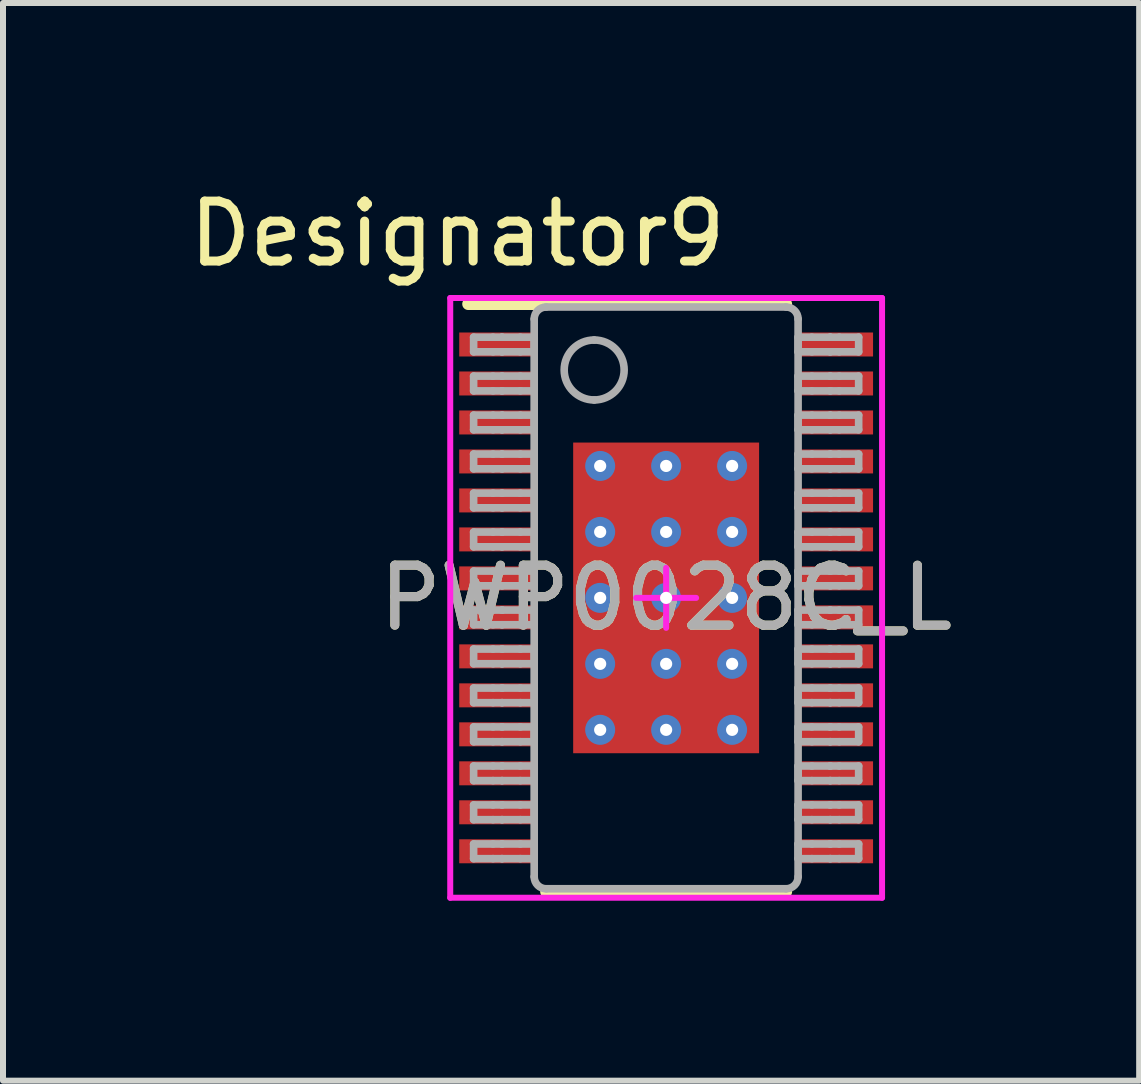
<source format=kicad_pcb>
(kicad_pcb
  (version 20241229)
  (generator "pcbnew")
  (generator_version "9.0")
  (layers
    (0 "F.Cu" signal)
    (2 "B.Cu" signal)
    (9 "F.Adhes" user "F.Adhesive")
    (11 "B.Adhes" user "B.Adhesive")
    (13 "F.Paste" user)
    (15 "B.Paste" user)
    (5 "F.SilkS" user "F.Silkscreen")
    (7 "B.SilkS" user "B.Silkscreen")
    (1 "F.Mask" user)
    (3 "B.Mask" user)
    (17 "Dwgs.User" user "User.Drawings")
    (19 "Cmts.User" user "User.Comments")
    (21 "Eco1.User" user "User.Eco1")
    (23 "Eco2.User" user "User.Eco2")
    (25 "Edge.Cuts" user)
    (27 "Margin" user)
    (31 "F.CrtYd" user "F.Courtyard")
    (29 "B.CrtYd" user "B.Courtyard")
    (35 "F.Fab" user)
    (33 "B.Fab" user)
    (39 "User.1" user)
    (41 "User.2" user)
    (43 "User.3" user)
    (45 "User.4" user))
  (footprint "PWP0028C_L"
    (layer "F.Cu")
    (at 8.057 6.919)
    (property "Reference" "PWP0028C_L" (at 0 0 0) (unlocked yes) (layer "F.SilkS") (effects (font (size 1 1) (thickness 0.15))))
    (attr smd)
    (fp_line (start -3.3 -4.9) (end 2 -4.9) (stroke (width 0.2) (type solid)) (layer "F.SilkS"))
    (fp_line (start -2 4.9) (end 2 4.9) (stroke (width 0.2) (type solid)) (layer "F.SilkS"))
    (fp_line (start -3.6 -5) (end 3.6 -5) (stroke (width 0.1) (type solid)) (layer "F.CrtYd"))
    (fp_line (start -3.6 5) (end -3.6 -5) (stroke (width 0.1) (type solid)) (layer "F.CrtYd"))
    (fp_line (start -3.6 5) (end 3.6 5) (stroke (width 0.1) (type solid)) (layer "F.CrtYd"))
    (fp_line (start -0.5 0) (end 0.5 0) (stroke (width 0.1) (type solid)) (layer "F.CrtYd"))
    (fp_line (start 0 0.5) (end 0 -0.5) (stroke (width 0.1) (type solid)) (layer "F.CrtYd"))
    (fp_line (start 3.6 5) (end 3.6 -5) (stroke (width 0.1) (type solid)) (layer "F.CrtYd"))
    (fp_line (start -3.21 -4.347) (end -2.887 -4.347) (stroke (width 0.127) (type solid)) (layer "F.Fab"))
    (fp_line (start -3.21 -4.103) (end -3.21 -4.347) (stroke (width 0.127) (type solid)) (layer "F.Fab"))
    (fp_line (start -3.21 -4.103) (end -2.887 -4.103) (stroke (width 0.127) (type solid)) (layer "F.Fab"))
    (fp_line (start -3.21 -3.698) (end -2.887 -3.698) (stroke (width 0.127) (type solid)) (layer "F.Fab"))
    (fp_line (start -3.21 -3.452) (end -3.21 -3.698) (stroke (width 0.127) (type solid)) (layer "F.Fab"))
    (fp_line (start -3.21 -3.452) (end -2.887 -3.452) (stroke (width 0.127) (type solid)) (layer "F.Fab"))
    (fp_line (start -3.21 -3.047) (end -2.887 -3.047) (stroke (width 0.127) (type solid)) (layer "F.Fab"))
    (fp_line (start -3.21 -2.803) (end -3.21 -3.047) (stroke (width 0.127) (type solid)) (layer "F.Fab"))
    (fp_line (start -3.21 -2.803) (end -2.887 -2.803) (stroke (width 0.127) (type solid)) (layer "F.Fab"))
    (fp_line (start -3.21 -2.398) (end -2.887 -2.398) (stroke (width 0.127) (type solid)) (layer "F.Fab"))
    (fp_line (start -3.21 -2.152) (end -3.21 -2.398) (stroke (width 0.127) (type solid)) (layer "F.Fab"))
    (fp_line (start -3.21 -2.152) (end -2.887 -2.152) (stroke (width 0.127) (type solid)) (layer "F.Fab"))
    (fp_line (start -3.21 -1.747) (end -2.887 -1.747) (stroke (width 0.127) (type solid)) (layer "F.Fab"))
    (fp_line (start -3.21 -1.502) (end -3.21 -1.747) (stroke (width 0.127) (type solid)) (layer "F.Fab"))
    (fp_line (start -3.21 -1.502) (end -2.887 -1.502) (stroke (width 0.127) (type solid)) (layer "F.Fab"))
    (fp_line (start -3.21 -1.098) (end -2.887 -1.098) (stroke (width 0.127) (type solid)) (layer "F.Fab"))
    (fp_line (start -3.21 -0.852) (end -3.21 -1.098) (stroke (width 0.127) (type solid)) (layer "F.Fab"))
    (fp_line (start -3.21 -0.852) (end -2.887 -0.852) (stroke (width 0.127) (type solid)) (layer "F.Fab"))
    (fp_line (start -3.21 -0.447) (end -2.887 -0.447) (stroke (width 0.127) (type solid)) (layer "F.Fab"))
    (fp_line (start -3.21 -0.202) (end -3.21 -0.447) (stroke (width 0.127) (type solid)) (layer "F.Fab"))
    (fp_line (start -3.21 -0.202) (end -2.887 -0.202) (stroke (width 0.127) (type solid)) (layer "F.Fab"))
    (fp_line (start -3.21 0.203) (end -2.887 0.203) (stroke (width 0.127) (type solid)) (layer "F.Fab"))
    (fp_line (start -3.21 0.448) (end -3.21 0.203) (stroke (width 0.127) (type solid)) (layer "F.Fab"))
    (fp_line (start -3.21 0.448) (end -2.887 0.448) (stroke (width 0.127) (type solid)) (layer "F.Fab"))
    (fp_line (start -3.21 0.853) (end -2.887 0.853) (stroke (width 0.127) (type solid)) (layer "F.Fab"))
    (fp_line (start -3.21 1.098) (end -3.21 0.853) (stroke (width 0.127) (type solid)) (layer "F.Fab"))
    (fp_line (start -3.21 1.098) (end -2.887 1.098) (stroke (width 0.127) (type solid)) (layer "F.Fab"))
    (fp_line (start -3.21 1.503) (end -2.887 1.503) (stroke (width 0.127) (type solid)) (layer "F.Fab"))
    (fp_line (start -3.21 1.747) (end -3.21 1.503) (stroke (width 0.127) (type solid)) (layer "F.Fab"))
    (fp_line (start -3.21 1.747) (end -2.887 1.747) (stroke (width 0.127) (type solid)) (layer "F.Fab"))
    (fp_line (start -3.21 2.152) (end -2.887 2.152) (stroke (width 0.127) (type solid)) (layer "F.Fab"))
    (fp_line (start -3.21 2.398) (end -3.21 2.152) (stroke (width 0.127) (type solid)) (layer "F.Fab"))
    (fp_line (start -3.21 2.398) (end -2.887 2.398) (stroke (width 0.127) (type solid)) (layer "F.Fab"))
    (fp_line (start -3.21 2.803) (end -2.887 2.803) (stroke (width 0.127) (type solid)) (layer "F.Fab"))
    (fp_line (start -3.21 3.047) (end -3.21 2.803) (stroke (width 0.127) (type solid)) (layer "F.Fab"))
    (fp_line (start -3.21 3.047) (end -2.887 3.047) (stroke (width 0.127) (type solid)) (layer "F.Fab"))
    (fp_line (start -3.21 3.452) (end -2.887 3.452) (stroke (width 0.127) (type solid)) (layer "F.Fab"))
    (fp_line (start -3.21 3.698) (end -3.21 3.452) (stroke (width 0.127) (type solid)) (layer "F.Fab"))
    (fp_line (start -3.21 3.698) (end -2.887 3.698) (stroke (width 0.127) (type solid)) (layer "F.Fab"))
    (fp_line (start -3.21 4.103) (end -2.887 4.103) (stroke (width 0.127) (type solid)) (layer "F.Fab"))
    (fp_line (start -3.21 4.348) (end -3.21 4.103) (stroke (width 0.127) (type solid)) (layer "F.Fab"))
    (fp_line (start -3.21 4.348) (end -2.887 4.348) (stroke (width 0.127) (type solid)) (layer "F.Fab"))
    (fp_line (start -2.887 -4.347) (end -2.739 -4.347) (stroke (width 0.127) (type solid)) (layer "F.Fab"))
    (fp_line (start -2.887 -4.103) (end -2.739 -4.103) (stroke (width 0.127) (type solid)) (layer "F.Fab"))
    (fp_line (start -2.887 -3.698) (end -2.739 -3.698) (stroke (width 0.127) (type solid)) (layer "F.Fab"))
    (fp_line (start -2.887 -3.452) (end -2.739 -3.452) (stroke (width 0.127) (type solid)) (layer "F.Fab"))
    (fp_line (start -2.887 -3.047) (end -2.739 -3.047) (stroke (width 0.127) (type solid)) (layer "F.Fab"))
    (fp_line (start -2.887 -2.803) (end -2.739 -2.803) (stroke (width 0.127) (type solid)) (layer "F.Fab"))
    (fp_line (start -2.887 -2.398) (end -2.739 -2.398) (stroke (width 0.127) (type solid)) (layer "F.Fab"))
    (fp_line (start -2.887 -2.152) (end -2.739 -2.152) (stroke (width 0.127) (type solid)) (layer "F.Fab"))
    (fp_line (start -2.887 -1.747) (end -2.739 -1.747) (stroke (width 0.127) (type solid)) (layer "F.Fab"))
    (fp_line (start -2.887 -1.502) (end -2.739 -1.502) (stroke (width 0.127) (type solid)) (layer "F.Fab"))
    (fp_line (start -2.887 -1.098) (end -2.739 -1.098) (stroke (width 0.127) (type solid)) (layer "F.Fab"))
    (fp_line (start -2.887 -0.852) (end -2.739 -0.852) (stroke (width 0.127) (type solid)) (layer "F.Fab"))
    (fp_line (start -2.887 -0.447) (end -2.739 -0.447) (stroke (width 0.127) (type solid)) (layer "F.Fab"))
    (fp_line (start -2.887 -0.202) (end -2.739 -0.202) (stroke (width 0.127) (type solid)) (layer "F.Fab"))
    (fp_line (start -2.887 0.203) (end -2.739 0.203) (stroke (width 0.127) (type solid)) (layer "F.Fab"))
    (fp_line (start -2.887 0.448) (end -2.739 0.448) (stroke (width 0.127) (type solid)) (layer "F.Fab"))
    (fp_line (start -2.887 0.853) (end -2.739 0.853) (stroke (width 0.127) (type solid)) (layer "F.Fab"))
    (fp_line (start -2.887 1.098) (end -2.739 1.098) (stroke (width 0.127) (type solid)) (layer "F.Fab"))
    (fp_line (start -2.887 1.503) (end -2.739 1.503) (stroke (width 0.127) (type solid)) (layer "F.Fab"))
    (fp_line (start -2.887 1.747) (end -2.739 1.747) (stroke (width 0.127) (type solid)) (layer "F.Fab"))
    (fp_line (start -2.887 2.152) (end -2.739 2.152) (stroke (width 0.127) (type solid)) (layer "F.Fab"))
    (fp_line (start -2.887 2.398) (end -2.739 2.398) (stroke (width 0.127) (type solid)) (layer "F.Fab"))
    (fp_line (start -2.887 2.803) (end -2.739 2.803) (stroke (width 0.127) (type solid)) (layer "F.Fab"))
    (fp_line (start -2.887 3.047) (end -2.739 3.047) (stroke (width 0.127) (type solid)) (layer "F.Fab"))
    (fp_line (start -2.887 3.452) (end -2.739 3.452) (stroke (width 0.127) (type solid)) (layer "F.Fab"))
    (fp_line (start -2.887 3.698) (end -2.739 3.698) (stroke (width 0.127) (type solid)) (layer "F.Fab"))
    (fp_line (start -2.887 4.103) (end -2.739 4.103) (stroke (width 0.127) (type solid)) (layer "F.Fab"))
    (fp_line (start -2.887 4.348) (end -2.739 4.348) (stroke (width 0.127) (type solid)) (layer "F.Fab"))
    (fp_line (start -2.739 -4.347) (end -2.733 -4.347) (stroke (width 0.127) (type solid)) (layer "F.Fab"))
    (fp_line (start -2.739 -4.103) (end -2.733 -4.103) (stroke (width 0.127) (type solid)) (layer "F.Fab"))
    (fp_line (start -2.739 -3.698) (end -2.733 -3.698) (stroke (width 0.127) (type solid)) (layer "F.Fab"))
    (fp_line (start -2.739 -3.452) (end -2.733 -3.452) (stroke (width 0.127) (type solid)) (layer "F.Fab"))
    (fp_line (start -2.739 -3.047) (end -2.733 -3.047) (stroke (width 0.127) (type solid)) (layer "F.Fab"))
    (fp_line (start -2.739 -2.803) (end -2.733 -2.803) (stroke (width 0.127) (type solid)) (layer "F.Fab"))
    (fp_line (start -2.739 -2.398) (end -2.733 -2.398) (stroke (width 0.127) (type solid)) (layer "F.Fab"))
    (fp_line (start -2.739 -2.152) (end -2.733 -2.152) (stroke (width 0.127) (type solid)) (layer "F.Fab"))
    (fp_line (start -2.739 -1.747) (end -2.733 -1.747) (stroke (width 0.127) (type solid)) (layer "F.Fab"))
    (fp_line (start -2.739 -1.502) (end -2.733 -1.502) (stroke (width 0.127) (type solid)) (layer "F.Fab"))
    (fp_line (start -2.739 -1.098) (end -2.733 -1.098) (stroke (width 0.127) (type solid)) (layer "F.Fab"))
    (fp_line (start -2.739 -0.852) (end -2.733 -0.852) (stroke (width 0.127) (type solid)) (layer "F.Fab"))
    (fp_line (start -2.739 -0.447) (end -2.733 -0.447) (stroke (width 0.127) (type solid)) (layer "F.Fab"))
    (fp_line (start -2.739 -0.202) (end -2.733 -0.202) (stroke (width 0.127) (type solid)) (layer "F.Fab"))
    (fp_line (start -2.739 0.203) (end -2.733 0.203) (stroke (width 0.127) (type solid)) (layer "F.Fab"))
    (fp_line (start -2.739 0.448) (end -2.733 0.448) (stroke (width 0.127) (type solid)) (layer "F.Fab"))
    (fp_line (start -2.739 0.853) (end -2.733 0.853) (stroke (width 0.127) (type solid)) (layer "F.Fab"))
    (fp_line (start -2.739 1.098) (end -2.733 1.098) (stroke (width 0.127) (type solid)) (layer "F.Fab"))
    (fp_line (start -2.739 1.503) (end -2.733 1.503) (stroke (width 0.127) (type solid)) (layer "F.Fab"))
    (fp_line (start -2.739 1.747) (end -2.733 1.747) (stroke (width 0.127) (type solid)) (layer "F.Fab"))
    (fp_line (start -2.739 2.152) (end -2.733 2.152) (stroke (width 0.127) (type solid)) (layer "F.Fab"))
    (fp_line (start -2.739 2.398) (end -2.733 2.398) (stroke (width 0.127) (type solid)) (layer "F.Fab"))
    (fp_line (start -2.739 2.803) (end -2.733 2.803) (stroke (width 0.127) (type solid)) (layer "F.Fab"))
    (fp_line (start -2.739 3.047) (end -2.733 3.047) (stroke (width 0.127) (type solid)) (layer "F.Fab"))
    (fp_line (start -2.739 3.452) (end -2.733 3.452) (stroke (width 0.127) (type solid)) (layer "F.Fab"))
    (fp_line (start -2.739 3.698) (end -2.733 3.698) (stroke (width 0.127) (type solid)) (layer "F.Fab"))
    (fp_line (start -2.739 4.103) (end -2.733 4.103) (stroke (width 0.127) (type solid)) (layer "F.Fab"))
    (fp_line (start -2.739 4.348) (end -2.733 4.348) (stroke (width 0.127) (type solid)) (layer "F.Fab"))
    (fp_line (start -2.733 -4.347) (end -2.431 -4.347) (stroke (width 0.127) (type solid)) (layer "F.Fab"))
    (fp_line (start -2.733 -4.103) (end -2.431 -4.103) (stroke (width 0.127) (type solid)) (layer "F.Fab"))
    (fp_line (start -2.733 -3.698) (end -2.431 -3.698) (stroke (width 0.127) (type solid)) (layer "F.Fab"))
    (fp_line (start -2.733 -3.452) (end -2.431 -3.452) (stroke (width 0.127) (type solid)) (layer "F.Fab"))
    (fp_line (start -2.733 -3.047) (end -2.431 -3.047) (stroke (width 0.127) (type solid)) (layer "F.Fab"))
    (fp_line (start -2.733 -2.803) (end -2.431 -2.803) (stroke (width 0.127) (type solid)) (layer "F.Fab"))
    (fp_line (start -2.733 -2.398) (end -2.431 -2.398) (stroke (width 0.127) (type solid)) (layer "F.Fab"))
    (fp_line (start -2.733 -2.152) (end -2.431 -2.152) (stroke (width 0.127) (type solid)) (layer "F.Fab"))
    (fp_line (start -2.733 -1.747) (end -2.431 -1.747) (stroke (width 0.127) (type solid)) (layer "F.Fab"))
    (fp_line (start -2.733 -1.502) (end -2.431 -1.502) (stroke (width 0.127) (type solid)) (layer "F.Fab"))
    (fp_line (start -2.733 -1.098) (end -2.431 -1.098) (stroke (width 0.127) (type solid)) (layer "F.Fab"))
    (fp_line (start -2.733 -0.852) (end -2.431 -0.852) (stroke (width 0.127) (type solid)) (layer "F.Fab"))
    (fp_line (start -2.733 -0.447) (end -2.431 -0.447) (stroke (width 0.127) (type solid)) (layer "F.Fab"))
    (fp_line (start -2.733 -0.202) (end -2.431 -0.202) (stroke (width 0.127) (type solid)) (layer "F.Fab"))
    (fp_line (start -2.733 0.203) (end -2.431 0.203) (stroke (width 0.127) (type solid)) (layer "F.Fab"))
    (fp_line (start -2.733 0.448) (end -2.431 0.448) (stroke (width 0.127) (type solid)) (layer "F.Fab"))
    (fp_line (start -2.733 0.853) (end -2.431 0.853) (stroke (width 0.127) (type solid)) (layer "F.Fab"))
    (fp_line (start -2.733 1.098) (end -2.431 1.098) (stroke (width 0.127) (type solid)) (layer "F.Fab"))
    (fp_line (start -2.733 1.503) (end -2.431 1.503) (stroke (width 0.127) (type solid)) (layer "F.Fab"))
    (fp_line (start -2.733 1.747) (end -2.431 1.747) (stroke (width 0.127) (type solid)) (layer "F.Fab"))
    (fp_line (start -2.733 2.152) (end -2.431 2.152) (stroke (width 0.127) (type solid)) (layer "F.Fab"))
    (fp_line (start -2.733 2.398) (end -2.431 2.398) (stroke (width 0.127) (type solid)) (layer "F.Fab"))
    (fp_line (start -2.733 2.803) (end -2.431 2.803) (stroke (width 0.127) (type solid)) (layer "F.Fab"))
    (fp_line (start -2.733 3.047) (end -2.431 3.047) (stroke (width 0.127) (type solid)) (layer "F.Fab"))
    (fp_line (start -2.733 3.452) (end -2.431 3.452) (stroke (width 0.127) (type solid)) (layer "F.Fab"))
    (fp_line (start -2.733 3.698) (end -2.431 3.698) (stroke (width 0.127) (type solid)) (layer "F.Fab"))
    (fp_line (start -2.733 4.103) (end -2.431 4.103) (stroke (width 0.127) (type solid)) (layer "F.Fab"))
    (fp_line (start -2.733 4.348) (end -2.431 4.348) (stroke (width 0.127) (type solid)) (layer "F.Fab"))
    (fp_line (start -2.431 -4.347) (end -2.2 -4.347) (stroke (width 0.127) (type solid)) (layer "F.Fab"))
    (fp_line (start -2.431 -4.103) (end -2.2 -4.103) (stroke (width 0.127) (type solid)) (layer "F.Fab"))
    (fp_line (start -2.431 -3.698) (end -2.2 -3.698) (stroke (width 0.127) (type solid)) (layer "F.Fab"))
    (fp_line (start -2.431 -3.452) (end -2.2 -3.452) (stroke (width 0.127) (type solid)) (layer "F.Fab"))
    (fp_line (start -2.431 -3.047) (end -2.2 -3.047) (stroke (width 0.127) (type solid)) (layer "F.Fab"))
    (fp_line (start -2.431 -2.803) (end -2.2 -2.803) (stroke (width 0.127) (type solid)) (layer "F.Fab"))
    (fp_line (start -2.431 -2.398) (end -2.2 -2.398) (stroke (width 0.127) (type solid)) (layer "F.Fab"))
    (fp_line (start -2.431 -2.152) (end -2.2 -2.152) (stroke (width 0.127) (type solid)) (layer "F.Fab"))
    (fp_line (start -2.431 -1.747) (end -2.2 -1.747) (stroke (width 0.127) (type solid)) (layer "F.Fab"))
    (fp_line (start -2.431 -1.502) (end -2.2 -1.502) (stroke (width 0.127) (type solid)) (layer "F.Fab"))
    (fp_line (start -2.431 -1.098) (end -2.2 -1.098) (stroke (width 0.127) (type solid)) (layer "F.Fab"))
    (fp_line (start -2.431 -0.852) (end -2.2 -0.852) (stroke (width 0.127) (type solid)) (layer "F.Fab"))
    (fp_line (start -2.431 -0.447) (end -2.2 -0.447) (stroke (width 0.127) (type solid)) (layer "F.Fab"))
    (fp_line (start -2.431 -0.202) (end -2.2 -0.202) (stroke (width 0.127) (type solid)) (layer "F.Fab"))
    (fp_line (start -2.431 0.203) (end -2.2 0.203) (stroke (width 0.127) (type solid)) (layer "F.Fab"))
    (fp_line (start -2.431 0.448) (end -2.2 0.448) (stroke (width 0.127) (type solid)) (layer "F.Fab"))
    (fp_line (start -2.431 0.853) (end -2.2 0.853) (stroke (width 0.127) (type solid)) (layer "F.Fab"))
    (fp_line (start -2.431 1.098) (end -2.2 1.098) (stroke (width 0.127) (type solid)) (layer "F.Fab"))
    (fp_line (start -2.431 1.503) (end -2.2 1.503) (stroke (width 0.127) (type solid)) (layer "F.Fab"))
    (fp_line (start -2.431 1.747) (end -2.2 1.747) (stroke (width 0.127) (type solid)) (layer "F.Fab"))
    (fp_line (start -2.431 2.152) (end -2.2 2.152) (stroke (width 0.127) (type solid)) (layer "F.Fab"))
    (fp_line (start -2.431 2.398) (end -2.2 2.398) (stroke (width 0.127) (type solid)) (layer "F.Fab"))
    (fp_line (start -2.431 2.803) (end -2.2 2.803) (stroke (width 0.127) (type solid)) (layer "F.Fab"))
    (fp_line (start -2.431 3.047) (end -2.2 3.047) (stroke (width 0.127) (type solid)) (layer "F.Fab"))
    (fp_line (start -2.431 3.452) (end -2.2 3.452) (stroke (width 0.127) (type solid)) (layer "F.Fab"))
    (fp_line (start -2.431 3.698) (end -2.2 3.698) (stroke (width 0.127) (type solid)) (layer "F.Fab"))
    (fp_line (start -2.431 4.103) (end -2.2 4.103) (stroke (width 0.127) (type solid)) (layer "F.Fab"))
    (fp_line (start -2.431 4.348) (end -2.2 4.348) (stroke (width 0.127) (type solid)) (layer "F.Fab"))
    (fp_line (start -2.2 -4.103) (end -2.2 -4.347) (stroke (width 0.127) (type solid)) (layer "F.Fab"))
    (fp_line (start -2.2 -3.452) (end -2.2 -3.698) (stroke (width 0.127) (type solid)) (layer "F.Fab"))
    (fp_line (start -2.2 -2.803) (end -2.2 -3.047) (stroke (width 0.127) (type solid)) (layer "F.Fab"))
    (fp_line (start -2.2 -2.152) (end -2.2 -2.398) (stroke (width 0.127) (type solid)) (layer "F.Fab"))
    (fp_line (start -2.2 -1.502) (end -2.2 -1.747) (stroke (width 0.127) (type solid)) (layer "F.Fab"))
    (fp_line (start -2.2 -0.852) (end -2.2 -1.098) (stroke (width 0.127) (type solid)) (layer "F.Fab"))
    (fp_line (start -2.2 -0.202) (end -2.2 -0.447) (stroke (width 0.127) (type solid)) (layer "F.Fab"))
    (fp_line (start -2.2 0.448) (end -2.2 0.203) (stroke (width 0.127) (type solid)) (layer "F.Fab"))
    (fp_line (start -2.2 1.098) (end -2.2 0.853) (stroke (width 0.127) (type solid)) (layer "F.Fab"))
    (fp_line (start -2.2 1.747) (end -2.2 1.503) (stroke (width 0.127) (type solid)) (layer "F.Fab"))
    (fp_line (start -2.2 2.398) (end -2.2 2.152) (stroke (width 0.127) (type solid)) (layer "F.Fab"))
    (fp_line (start -2.2 3.047) (end -2.2 2.803) (stroke (width 0.127) (type solid)) (layer "F.Fab"))
    (fp_line (start -2.2 3.698) (end -2.2 3.452) (stroke (width 0.127) (type solid)) (layer "F.Fab"))
    (fp_line (start -2.2 4.348) (end -2.2 4.103) (stroke (width 0.127) (type solid)) (layer "F.Fab"))
    (fp_line (start -2.2 4.65) (end -2.2 -4.65) (stroke (width 0.127) (type solid)) (layer "F.Fab"))
    (fp_line (start -2 -4.85) (end 2 -4.85) (stroke (width 0.127) (type solid)) (layer "F.Fab"))
    (fp_line (start -2 4.85) (end 2 4.85) (stroke (width 0.127) (type solid)) (layer "F.Fab"))
    (fp_line (start 2.2 -4.347) (end 2.43 -4.347) (stroke (width 0.127) (type solid)) (layer "F.Fab"))
    (fp_line (start 2.2 -4.103) (end 2.2 -4.347) (stroke (width 0.127) (type solid)) (layer "F.Fab"))
    (fp_line (start 2.2 -4.103) (end 2.43 -4.103) (stroke (width 0.127) (type solid)) (layer "F.Fab"))
    (fp_line (start 2.2 -3.698) (end 2.43 -3.698) (stroke (width 0.127) (type solid)) (layer "F.Fab"))
    (fp_line (start 2.2 -3.452) (end 2.2 -3.698) (stroke (width 0.127) (type solid)) (layer "F.Fab"))
    (fp_line (start 2.2 -3.452) (end 2.43 -3.452) (stroke (width 0.127) (type solid)) (layer "F.Fab"))
    (fp_line (start 2.2 -3.047) (end 2.43 -3.047) (stroke (width 0.127) (type solid)) (layer "F.Fab"))
    (fp_line (start 2.2 -2.803) (end 2.2 -3.047) (stroke (width 0.127) (type solid)) (layer "F.Fab"))
    (fp_line (start 2.2 -2.803) (end 2.43 -2.803) (stroke (width 0.127) (type solid)) (layer "F.Fab"))
    (fp_line (start 2.2 -2.398) (end 2.43 -2.398) (stroke (width 0.127) (type solid)) (layer "F.Fab"))
    (fp_line (start 2.2 -2.152) (end 2.2 -2.398) (stroke (width 0.127) (type solid)) (layer "F.Fab"))
    (fp_line (start 2.2 -2.152) (end 2.43 -2.152) (stroke (width 0.127) (type solid)) (layer "F.Fab"))
    (fp_line (start 2.2 -1.747) (end 2.43 -1.747) (stroke (width 0.127) (type solid)) (layer "F.Fab"))
    (fp_line (start 2.2 -1.502) (end 2.2 -1.747) (stroke (width 0.127) (type solid)) (layer "F.Fab"))
    (fp_line (start 2.2 -1.502) (end 2.43 -1.502) (stroke (width 0.127) (type solid)) (layer "F.Fab"))
    (fp_line (start 2.2 -1.098) (end 2.43 -1.098) (stroke (width 0.127) (type solid)) (layer "F.Fab"))
    (fp_line (start 2.2 -0.852) (end 2.2 -1.098) (stroke (width 0.127) (type solid)) (layer "F.Fab"))
    (fp_line (start 2.2 -0.852) (end 2.43 -0.852) (stroke (width 0.127) (type solid)) (layer "F.Fab"))
    (fp_line (start 2.2 -0.447) (end 2.43 -0.447) (stroke (width 0.127) (type solid)) (layer "F.Fab"))
    (fp_line (start 2.2 -0.202) (end 2.2 -0.447) (stroke (width 0.127) (type solid)) (layer "F.Fab"))
    (fp_line (start 2.2 -0.202) (end 2.43 -0.202) (stroke (width 0.127) (type solid)) (layer "F.Fab"))
    (fp_line (start 2.2 0.203) (end 2.43 0.203) (stroke (width 0.127) (type solid)) (layer "F.Fab"))
    (fp_line (start 2.2 0.448) (end 2.2 0.203) (stroke (width 0.127) (type solid)) (layer "F.Fab"))
    (fp_line (start 2.2 0.448) (end 2.43 0.448) (stroke (width 0.127) (type solid)) (layer "F.Fab"))
    (fp_line (start 2.2 0.853) (end 2.43 0.853) (stroke (width 0.127) (type solid)) (layer "F.Fab"))
    (fp_line (start 2.2 1.098) (end 2.2 0.853) (stroke (width 0.127) (type solid)) (layer "F.Fab"))
    (fp_line (start 2.2 1.098) (end 2.43 1.098) (stroke (width 0.127) (type solid)) (layer "F.Fab"))
    (fp_line (start 2.2 1.503) (end 2.43 1.503) (stroke (width 0.127) (type solid)) (layer "F.Fab"))
    (fp_line (start 2.2 1.747) (end 2.2 1.503) (stroke (width 0.127) (type solid)) (layer "F.Fab"))
    (fp_line (start 2.2 1.747) (end 2.43 1.747) (stroke (width 0.127) (type solid)) (layer "F.Fab"))
    (fp_line (start 2.2 2.152) (end 2.43 2.152) (stroke (width 0.127) (type solid)) (layer "F.Fab"))
    (fp_line (start 2.2 2.398) (end 2.2 2.152) (stroke (width 0.127) (type solid)) (layer "F.Fab"))
    (fp_line (start 2.2 2.398) (end 2.43 2.398) (stroke (width 0.127) (type solid)) (layer "F.Fab"))
    (fp_line (start 2.2 2.803) (end 2.43 2.803) (stroke (width 0.127) (type solid)) (layer "F.Fab"))
    (fp_line (start 2.2 3.047) (end 2.2 2.803) (stroke (width 0.127) (type solid)) (layer "F.Fab"))
    (fp_line (start 2.2 3.047) (end 2.43 3.047) (stroke (width 0.127) (type solid)) (layer "F.Fab"))
    (fp_line (start 2.2 3.452) (end 2.43 3.452) (stroke (width 0.127) (type solid)) (layer "F.Fab"))
    (fp_line (start 2.2 3.698) (end 2.2 3.452) (stroke (width 0.127) (type solid)) (layer "F.Fab"))
    (fp_line (start 2.2 3.698) (end 2.43 3.698) (stroke (width 0.127) (type solid)) (layer "F.Fab"))
    (fp_line (start 2.2 4.103) (end 2.43 4.103) (stroke (width 0.127) (type solid)) (layer "F.Fab"))
    (fp_line (start 2.2 4.348) (end 2.2 4.103) (stroke (width 0.127) (type solid)) (layer "F.Fab"))
    (fp_line (start 2.2 4.348) (end 2.43 4.348) (stroke (width 0.127) (type solid)) (layer "F.Fab"))
    (fp_line (start 2.2 4.65) (end 2.2 -4.65) (stroke (width 0.127) (type solid)) (layer "F.Fab"))
    (fp_line (start 2.43 -4.347) (end 2.733 -4.347) (stroke (width 0.127) (type solid)) (layer "F.Fab"))
    (fp_line (start 2.43 -4.103) (end 2.733 -4.103) (stroke (width 0.127) (type solid)) (layer "F.Fab"))
    (fp_line (start 2.43 -3.698) (end 2.733 -3.698) (stroke (width 0.127) (type solid)) (layer "F.Fab"))
    (fp_line (start 2.43 -3.452) (end 2.733 -3.452) (stroke (width 0.127) (type solid)) (layer "F.Fab"))
    (fp_line (start 2.43 -3.047) (end 2.733 -3.047) (stroke (width 0.127) (type solid)) (layer "F.Fab"))
    (fp_line (start 2.43 -2.803) (end 2.733 -2.803) (stroke (width 0.127) (type solid)) (layer "F.Fab"))
    (fp_line (start 2.43 -2.398) (end 2.733 -2.398) (stroke (width 0.127) (type solid)) (layer "F.Fab"))
    (fp_line (start 2.43 -2.152) (end 2.733 -2.152) (stroke (width 0.127) (type solid)) (layer "F.Fab"))
    (fp_line (start 2.43 -1.747) (end 2.733 -1.747) (stroke (width 0.127) (type solid)) (layer "F.Fab"))
    (fp_line (start 2.43 -1.502) (end 2.733 -1.502) (stroke (width 0.127) (type solid)) (layer "F.Fab"))
    (fp_line (start 2.43 -1.098) (end 2.733 -1.098) (stroke (width 0.127) (type solid)) (layer "F.Fab"))
    (fp_line (start 2.43 -0.852) (end 2.733 -0.852) (stroke (width 0.127) (type solid)) (layer "F.Fab"))
    (fp_line (start 2.43 -0.447) (end 2.733 -0.447) (stroke (width 0.127) (type solid)) (layer "F.Fab"))
    (fp_line (start 2.43 -0.202) (end 2.733 -0.202) (stroke (width 0.127) (type solid)) (layer "F.Fab"))
    (fp_line (start 2.43 0.203) (end 2.733 0.203) (stroke (width 0.127) (type solid)) (layer "F.Fab"))
    (fp_line (start 2.43 0.448) (end 2.733 0.448) (stroke (width 0.127) (type solid)) (layer "F.Fab"))
    (fp_line (start 2.43 0.853) (end 2.733 0.853) (stroke (width 0.127) (type solid)) (layer "F.Fab"))
    (fp_line (start 2.43 1.098) (end 2.733 1.098) (stroke (width 0.127) (type solid)) (layer "F.Fab"))
    (fp_line (start 2.43 1.503) (end 2.733 1.503) (stroke (width 0.127) (type solid)) (layer "F.Fab"))
    (fp_line (start 2.43 1.747) (end 2.733 1.747) (stroke (width 0.127) (type solid)) (layer "F.Fab"))
    (fp_line (start 2.43 2.152) (end 2.733 2.152) (stroke (width 0.127) (type solid)) (layer "F.Fab"))
    (fp_line (start 2.43 2.398) (end 2.733 2.398) (stroke (width 0.127) (type solid)) (layer "F.Fab"))
    (fp_line (start 2.43 2.803) (end 2.733 2.803) (stroke (width 0.127) (type solid)) (layer "F.Fab"))
    (fp_line (start 2.43 3.047) (end 2.733 3.047) (stroke (width 0.127) (type solid)) (layer "F.Fab"))
    (fp_line (start 2.43 3.452) (end 2.733 3.452) (stroke (width 0.127) (type solid)) (layer "F.Fab"))
    (fp_line (start 2.43 3.698) (end 2.733 3.698) (stroke (width 0.127) (type solid)) (layer "F.Fab"))
    (fp_line (start 2.43 4.103) (end 2.733 4.103) (stroke (width 0.127) (type solid)) (layer "F.Fab"))
    (fp_line (start 2.43 4.348) (end 2.733 4.348) (stroke (width 0.127) (type solid)) (layer "F.Fab"))
    (fp_line (start 2.733 -4.347) (end 2.739 -4.347) (stroke (width 0.127) (type solid)) (layer "F.Fab"))
    (fp_line (start 2.733 -4.103) (end 2.739 -4.103) (stroke (width 0.127) (type solid)) (layer "F.Fab"))
    (fp_line (start 2.733 -3.698) (end 2.739 -3.698) (stroke (width 0.127) (type solid)) (layer "F.Fab"))
    (fp_line (start 2.733 -3.452) (end 2.739 -3.452) (stroke (width 0.127) (type solid)) (layer "F.Fab"))
    (fp_line (start 2.733 -3.047) (end 2.739 -3.047) (stroke (width 0.127) (type solid)) (layer "F.Fab"))
    (fp_line (start 2.733 -2.803) (end 2.739 -2.803) (stroke (width 0.127) (type solid)) (layer "F.Fab"))
    (fp_line (start 2.733 -2.398) (end 2.739 -2.398) (stroke (width 0.127) (type solid)) (layer "F.Fab"))
    (fp_line (start 2.733 -2.152) (end 2.739 -2.152) (stroke (width 0.127) (type solid)) (layer "F.Fab"))
    (fp_line (start 2.733 -1.747) (end 2.739 -1.747) (stroke (width 0.127) (type solid)) (layer "F.Fab"))
    (fp_line (start 2.733 -1.502) (end 2.739 -1.502) (stroke (width 0.127) (type solid)) (layer "F.Fab"))
    (fp_line (start 2.733 -1.098) (end 2.739 -1.098) (stroke (width 0.127) (type solid)) (layer "F.Fab"))
    (fp_line (start 2.733 -0.852) (end 2.739 -0.852) (stroke (width 0.127) (type solid)) (layer "F.Fab"))
    (fp_line (start 2.733 -0.447) (end 2.739 -0.447) (stroke (width 0.127) (type solid)) (layer "F.Fab"))
    (fp_line (start 2.733 -0.202) (end 2.739 -0.202) (stroke (width 0.127) (type solid)) (layer "F.Fab"))
    (fp_line (start 2.733 0.203) (end 2.739 0.203) (stroke (width 0.127) (type solid)) (layer "F.Fab"))
    (fp_line (start 2.733 0.448) (end 2.739 0.448) (stroke (width 0.127) (type solid)) (layer "F.Fab"))
    (fp_line (start 2.733 0.853) (end 2.739 0.853) (stroke (width 0.127) (type solid)) (layer "F.Fab"))
    (fp_line (start 2.733 1.098) (end 2.739 1.098) (stroke (width 0.127) (type solid)) (layer "F.Fab"))
    (fp_line (start 2.733 1.503) (end 2.739 1.503) (stroke (width 0.127) (type solid)) (layer "F.Fab"))
    (fp_line (start 2.733 1.747) (end 2.739 1.747) (stroke (width 0.127) (type solid)) (layer "F.Fab"))
    (fp_line (start 2.733 2.152) (end 2.739 2.152) (stroke (width 0.127) (type solid)) (layer "F.Fab"))
    (fp_line (start 2.733 2.398) (end 2.739 2.398) (stroke (width 0.127) (type solid)) (layer "F.Fab"))
    (fp_line (start 2.733 2.803) (end 2.739 2.803) (stroke (width 0.127) (type solid)) (layer "F.Fab"))
    (fp_line (start 2.733 3.047) (end 2.739 3.047) (stroke (width 0.127) (type solid)) (layer "F.Fab"))
    (fp_line (start 2.733 3.452) (end 2.739 3.452) (stroke (width 0.127) (type solid)) (layer "F.Fab"))
    (fp_line (start 2.733 3.698) (end 2.739 3.698) (stroke (width 0.127) (type solid)) (layer "F.Fab"))
    (fp_line (start 2.733 4.103) (end 2.739 4.103) (stroke (width 0.127) (type solid)) (layer "F.Fab"))
    (fp_line (start 2.733 4.348) (end 2.739 4.348) (stroke (width 0.127) (type solid)) (layer "F.Fab"))
    (fp_line (start 2.739 -4.347) (end 2.887 -4.347) (stroke (width 0.127) (type solid)) (layer "F.Fab"))
    (fp_line (start 2.739 -4.103) (end 2.887 -4.103) (stroke (width 0.127) (type solid)) (layer "F.Fab"))
    (fp_line (start 2.739 -3.698) (end 2.887 -3.698) (stroke (width 0.127) (type solid)) (layer "F.Fab"))
    (fp_line (start 2.739 -3.452) (end 2.887 -3.452) (stroke (width 0.127) (type solid)) (layer "F.Fab"))
    (fp_line (start 2.739 -3.047) (end 2.887 -3.047) (stroke (width 0.127) (type solid)) (layer "F.Fab"))
    (fp_line (start 2.739 -2.803) (end 2.887 -2.803) (stroke (width 0.127) (type solid)) (layer "F.Fab"))
    (fp_line (start 2.739 -2.398) (end 2.887 -2.398) (stroke (width 0.127) (type solid)) (layer "F.Fab"))
    (fp_line (start 2.739 -2.152) (end 2.887 -2.152) (stroke (width 0.127) (type solid)) (layer "F.Fab"))
    (fp_line (start 2.739 -1.747) (end 2.887 -1.747) (stroke (width 0.127) (type solid)) (layer "F.Fab"))
    (fp_line (start 2.739 -1.502) (end 2.887 -1.502) (stroke (width 0.127) (type solid)) (layer "F.Fab"))
    (fp_line (start 2.739 -1.098) (end 2.887 -1.098) (stroke (width 0.127) (type solid)) (layer "F.Fab"))
    (fp_line (start 2.739 -0.852) (end 2.887 -0.852) (stroke (width 0.127) (type solid)) (layer "F.Fab"))
    (fp_line (start 2.739 -0.447) (end 2.887 -0.447) (stroke (width 0.127) (type solid)) (layer "F.Fab"))
    (fp_line (start 2.739 -0.202) (end 2.887 -0.202) (stroke (width 0.127) (type solid)) (layer "F.Fab"))
    (fp_line (start 2.739 0.203) (end 2.887 0.203) (stroke (width 0.127) (type solid)) (layer "F.Fab"))
    (fp_line (start 2.739 0.448) (end 2.887 0.448) (stroke (width 0.127) (type solid)) (layer "F.Fab"))
    (fp_line (start 2.739 0.853) (end 2.887 0.853) (stroke (width 0.127) (type solid)) (layer "F.Fab"))
    (fp_line (start 2.739 1.098) (end 2.887 1.098) (stroke (width 0.127) (type solid)) (layer "F.Fab"))
    (fp_line (start 2.739 1.503) (end 2.887 1.503) (stroke (width 0.127) (type solid)) (layer "F.Fab"))
    (fp_line (start 2.739 1.747) (end 2.887 1.747) (stroke (width 0.127) (type solid)) (layer "F.Fab"))
    (fp_line (start 2.739 2.152) (end 2.887 2.152) (stroke (width 0.127) (type solid)) (layer "F.Fab"))
    (fp_line (start 2.739 2.398) (end 2.887 2.398) (stroke (width 0.127) (type solid)) (layer "F.Fab"))
    (fp_line (start 2.739 2.803) (end 2.887 2.803) (stroke (width 0.127) (type solid)) (layer "F.Fab"))
    (fp_line (start 2.739 3.047) (end 2.887 3.047) (stroke (width 0.127) (type solid)) (layer "F.Fab"))
    (fp_line (start 2.739 3.452) (end 2.887 3.452) (stroke (width 0.127) (type solid)) (layer "F.Fab"))
    (fp_line (start 2.739 3.698) (end 2.887 3.698) (stroke (width 0.127) (type solid)) (layer "F.Fab"))
    (fp_line (start 2.739 4.103) (end 2.887 4.103) (stroke (width 0.127) (type solid)) (layer "F.Fab"))
    (fp_line (start 2.739 4.348) (end 2.887 4.348) (stroke (width 0.127) (type solid)) (layer "F.Fab"))
    (fp_line (start 2.887 -4.347) (end 3.21 -4.347) (stroke (width 0.127) (type solid)) (layer "F.Fab"))
    (fp_line (start 2.887 -4.103) (end 3.21 -4.103) (stroke (width 0.127) (type solid)) (layer "F.Fab"))
    (fp_line (start 2.887 -3.698) (end 3.21 -3.698) (stroke (width 0.127) (type solid)) (layer "F.Fab"))
    (fp_line (start 2.887 -3.452) (end 3.21 -3.452) (stroke (width 0.127) (type solid)) (layer "F.Fab"))
    (fp_line (start 2.887 -3.047) (end 3.21 -3.047) (stroke (width 0.127) (type solid)) (layer "F.Fab"))
    (fp_line (start 2.887 -2.803) (end 3.21 -2.803) (stroke (width 0.127) (type solid)) (layer "F.Fab"))
    (fp_line (start 2.887 -2.398) (end 3.21 -2.398) (stroke (width 0.127) (type solid)) (layer "F.Fab"))
    (fp_line (start 2.887 -2.152) (end 3.21 -2.152) (stroke (width 0.127) (type solid)) (layer "F.Fab"))
    (fp_line (start 2.887 -1.747) (end 3.21 -1.747) (stroke (width 0.127) (type solid)) (layer "F.Fab"))
    (fp_line (start 2.887 -1.502) (end 3.21 -1.502) (stroke (width 0.127) (type solid)) (layer "F.Fab"))
    (fp_line (start 2.887 -1.098) (end 3.21 -1.098) (stroke (width 0.127) (type solid)) (layer "F.Fab"))
    (fp_line (start 2.887 -0.852) (end 3.21 -0.852) (stroke (width 0.127) (type solid)) (layer "F.Fab"))
    (fp_line (start 2.887 -0.447) (end 3.21 -0.447) (stroke (width 0.127) (type solid)) (layer "F.Fab"))
    (fp_line (start 2.887 -0.202) (end 3.21 -0.202) (stroke (width 0.127) (type solid)) (layer "F.Fab"))
    (fp_line (start 2.887 0.203) (end 3.21 0.203) (stroke (width 0.127) (type solid)) (layer "F.Fab"))
    (fp_line (start 2.887 0.448) (end 3.21 0.448) (stroke (width 0.127) (type solid)) (layer "F.Fab"))
    (fp_line (start 2.887 0.853) (end 3.21 0.853) (stroke (width 0.127) (type solid)) (layer "F.Fab"))
    (fp_line (start 2.887 1.098) (end 3.21 1.098) (stroke (width 0.127) (type solid)) (layer "F.Fab"))
    (fp_line (start 2.887 1.503) (end 3.21 1.503) (stroke (width 0.127) (type solid)) (layer "F.Fab"))
    (fp_line (start 2.887 1.747) (end 3.21 1.747) (stroke (width 0.127) (type solid)) (layer "F.Fab"))
    (fp_line (start 2.887 2.152) (end 3.21 2.152) (stroke (width 0.127) (type solid)) (layer "F.Fab"))
    (fp_line (start 2.887 2.398) (end 3.21 2.398) (stroke (width 0.127) (type solid)) (layer "F.Fab"))
    (fp_line (start 2.887 2.803) (end 3.21 2.803) (stroke (width 0.127) (type solid)) (layer "F.Fab"))
    (fp_line (start 2.887 3.047) (end 3.21 3.047) (stroke (width 0.127) (type solid)) (layer "F.Fab"))
    (fp_line (start 2.887 3.452) (end 3.21 3.452) (stroke (width 0.127) (type solid)) (layer "F.Fab"))
    (fp_line (start 2.887 3.698) (end 3.21 3.698) (stroke (width 0.127) (type solid)) (layer "F.Fab"))
    (fp_line (start 2.887 4.103) (end 3.21 4.103) (stroke (width 0.127) (type solid)) (layer "F.Fab"))
    (fp_line (start 2.887 4.348) (end 3.21 4.348) (stroke (width 0.127) (type solid)) (layer "F.Fab"))
    (fp_line (start 3.21 -4.103) (end 3.21 -4.347) (stroke (width 0.127) (type solid)) (layer "F.Fab"))
    (fp_line (start 3.21 -3.452) (end 3.21 -3.698) (stroke (width 0.127) (type solid)) (layer "F.Fab"))
    (fp_line (start 3.21 -2.803) (end 3.21 -3.047) (stroke (width 0.127) (type solid)) (layer "F.Fab"))
    (fp_line (start 3.21 -2.152) (end 3.21 -2.398) (stroke (width 0.127) (type solid)) (layer "F.Fab"))
    (fp_line (start 3.21 -1.502) (end 3.21 -1.747) (stroke (width 0.127) (type solid)) (layer "F.Fab"))
    (fp_line (start 3.21 -0.852) (end 3.21 -1.098) (stroke (width 0.127) (type solid)) (layer "F.Fab"))
    (fp_line (start 3.21 -0.202) (end 3.21 -0.447) (stroke (width 0.127) (type solid)) (layer "F.Fab"))
    (fp_line (start 3.21 0.448) (end 3.21 0.203) (stroke (width 0.127) (type solid)) (layer "F.Fab"))
    (fp_line (start 3.21 1.098) (end 3.21 0.853) (stroke (width 0.127) (type solid)) (layer "F.Fab"))
    (fp_line (start 3.21 1.747) (end 3.21 1.503) (stroke (width 0.127) (type solid)) (layer "F.Fab"))
    (fp_line (start 3.21 2.398) (end 3.21 2.152) (stroke (width 0.127) (type solid)) (layer "F.Fab"))
    (fp_line (start 3.21 3.047) (end 3.21 2.803) (stroke (width 0.127) (type solid)) (layer "F.Fab"))
    (fp_line (start 3.21 3.698) (end 3.21 3.452) (stroke (width 0.127) (type solid)) (layer "F.Fab"))
    (fp_line (start 3.21 4.348) (end 3.21 4.103) (stroke (width 0.127) (type solid)) (layer "F.Fab"))
    (fp_arc (start -2.200001 -4.650001) (mid -2.141422 -4.791422) (end -2.000001 -4.85) (stroke (width 0.127) (type solid)) (layer "F.Fab"))
    (fp_arc (start -2.000001 4.850006) (mid -2.141422 4.791427) (end -2.200001 4.650006) (stroke (width 0.127) (type solid)) (layer "F.Fab"))
    (fp_arc (start -1.200003 -4.299989) (mid -0.700004 -3.79999) (end -1.200003 -3.299991) (stroke (width 0.127) (type solid)) (layer "F.Fab"))
    (fp_arc (start -1.200003 -3.299991) (mid -1.700002 -3.79999) (end -1.200003 -4.299989) (stroke (width 0.127) (type solid)) (layer "F.Fab"))
    (fp_arc (start 1.999991 -4.85) (mid 2.141412 -4.791422) (end 2.199991 -4.650001) (stroke (width 0.127) (type solid)) (layer "F.Fab"))
    (fp_arc (start 2.199991 4.650006) (mid 2.141412 4.791427) (end 1.999991 4.850006) (stroke (width 0.127) (type solid)) (layer "F.Fab"))
    (fp_text user "Designator9" (at -3.48 -6.071 0) (unlocked yes) (layer "F.SilkS") (effects (font (size 1 1) (thickness 0.15))))
    (fp_text user "${REFERENCE}" (at 0 0 0) (unlocked yes) (layer "F.Fab") (effects (font (size 1 1) (thickness 0.15))))
    (pad "1" smd rect (at -2.85 -4.225 90) (size 0.4 1.2) (layers "F.Cu" "F.Mask" "F.Paste"))
    (pad "2" smd rect (at -2.85 -3.575 90) (size 0.4 1.2) (layers "F.Cu" "F.Mask" "F.Paste"))
    (pad "3" smd rect (at -2.85 -2.925 90) (size 0.4 1.2) (layers "F.Cu" "F.Mask" "F.Paste"))
    (pad "4" smd rect (at -2.85 -2.275 90) (size 0.4 1.2) (layers "F.Cu" "F.Mask" "F.Paste"))
    (pad "5" smd rect (at -2.85 -1.625 90) (size 0.4 1.2) (layers "F.Cu" "F.Mask" "F.Paste"))
    (pad "6" smd rect (at -2.85 -0.975 90) (size 0.4 1.2) (layers "F.Cu" "F.Mask" "F.Paste"))
    (pad "7" smd rect (at -2.85 -0.325 90) (size 0.4 1.2) (layers "F.Cu" "F.Mask" "F.Paste"))
    (pad "8" smd rect (at -2.85 0.325 90) (size 0.4 1.2) (layers "F.Cu" "F.Mask" "F.Paste"))
    (pad "9" smd rect (at -2.85 0.975 90) (size 0.4 1.2) (layers "F.Cu" "F.Mask" "F.Paste"))
    (pad "10" smd rect (at -2.85 1.625 90) (size 0.4 1.2) (layers "F.Cu" "F.Mask" "F.Paste"))
    (pad "11" smd rect (at -2.85 2.275 90) (size 0.4 1.2) (layers "F.Cu" "F.Mask" "F.Paste"))
    (pad "12" smd rect (at -2.85 2.925 90) (size 0.4 1.2) (layers "F.Cu" "F.Mask" "F.Paste"))
    (pad "13" smd rect (at -2.85 3.575 90) (size 0.4 1.2) (layers "F.Cu" "F.Mask" "F.Paste"))
    (pad "14" smd rect (at -2.85 4.225 90) (size 0.4 1.2) (layers "F.Cu" "F.Mask" "F.Paste"))
    (pad "15" smd rect (at 2.85 4.225 90) (size 0.4 1.2) (layers "F.Cu" "F.Mask" "F.Paste"))
    (pad "16" smd rect (at 2.85 3.575 90) (size 0.4 1.2) (layers "F.Cu" "F.Mask" "F.Paste"))
    (pad "17" smd rect (at 2.85 2.925 90) (size 0.4 1.2) (layers "F.Cu" "F.Mask" "F.Paste"))
    (pad "18" smd rect (at 2.85 2.275 90) (size 0.4 1.2) (layers "F.Cu" "F.Mask" "F.Paste"))
    (pad "19" smd rect (at 2.85 1.625 90) (size 0.4 1.2) (layers "F.Cu" "F.Mask" "F.Paste"))
    (pad "20" smd rect (at 2.85 0.975 90) (size 0.4 1.2) (layers "F.Cu" "F.Mask" "F.Paste"))
    (pad "21" smd rect (at 2.85 0.325 90) (size 0.4 1.2) (layers "F.Cu" "F.Mask" "F.Paste"))
    (pad "22" smd rect (at 2.85 -0.325 90) (size 0.4 1.2) (layers "F.Cu" "F.Mask" "F.Paste"))
    (pad "23" smd rect (at 2.85 -0.975 90) (size 0.4 1.2) (layers "F.Cu" "F.Mask" "F.Paste"))
    (pad "24" smd rect (at 2.85 -1.625 90) (size 0.4 1.2) (layers "F.Cu" "F.Mask" "F.Paste"))
    (pad "25" smd rect (at 2.85 -2.275 90) (size 0.4 1.2) (layers "F.Cu" "F.Mask" "F.Paste"))
    (pad "26" smd rect (at 2.85 -2.925 90) (size 0.4 1.2) (layers "F.Cu" "F.Mask" "F.Paste"))
    (pad "27" smd rect (at 2.85 -3.575 90) (size 0.4 1.2) (layers "F.Cu" "F.Mask" "F.Paste"))
    (pad "28" smd rect (at 2.85 -4.225 90) (size 0.4 1.2) (layers "F.Cu" "F.Mask" "F.Paste"))
    (pad "29" smd rect (at 0 0) (size 3.1 5.18) (layers "F.Cu" "F.Mask" "F.Paste"))
    (pad "V" thru_hole circle (at -1.1 -2.2) (size 0.5 0.5) (drill 0.203) (layers "*.Cu" "*.Mask"))
    (pad "V" thru_hole circle (at -1.1 -1.1) (size 0.5 0.5) (drill 0.203) (layers "*.Cu" "*.Mask"))
    (pad "V" thru_hole circle (at -1.1 0) (size 0.5 0.5) (drill 0.203) (layers "*.Cu" "*.Mask"))
    (pad "V" thru_hole circle (at -1.1 1.1) (size 0.5 0.5) (drill 0.203) (layers "*.Cu" "*.Mask"))
    (pad "V" thru_hole circle (at -1.1 2.2) (size 0.5 0.5) (drill 0.203) (layers "*.Cu" "*.Mask"))
    (pad "V" thru_hole circle (at 0 -2.2) (size 0.5 0.5) (drill 0.203) (layers "*.Cu" "*.Mask"))
    (pad "V" thru_hole circle (at 0 2.2) (size 0.5 0.5) (drill 0.203) (layers "*.Cu" "*.Mask"))
    (pad "V" thru_hole circle (at 0.000003 -1.1) (size 0.5 0.5) (drill 0.203) (layers "*.Cu" "*.Mask"))
    (pad "V" thru_hole circle (at 0.000003 0) (size 0.5 0.5) (drill 0.203) (layers "*.Cu" "*.Mask"))
    (pad "V" thru_hole circle (at 0.000003 1.1) (size 0.5 0.5) (drill 0.203) (layers "*.Cu" "*.Mask"))
    (pad "V" thru_hole circle (at 1.1 -2.2) (size 0.5 0.5) (drill 0.203) (layers "*.Cu" "*.Mask"))
    (pad "V" thru_hole circle (at 1.1 -1.1) (size 0.5 0.5) (drill 0.203) (layers "*.Cu" "*.Mask"))
    (pad "V" thru_hole circle (at 1.1 0) (size 0.5 0.5) (drill 0.203) (layers "*.Cu" "*.Mask"))
    (pad "V" thru_hole circle (at 1.1 1.1) (size 0.5 0.5) (drill 0.203) (layers "*.Cu" "*.Mask"))
    (pad "V" thru_hole circle (at 1.1 2.2) (size 0.5 0.5) (drill 0.203) (layers "*.Cu" "*.Mask")))
  (gr_rect
    (start -3 -3)
    (end 15.944 14.969)
    (stroke (width 0.1) (type default))
    (fill no)
    (layer "Edge.Cuts")))
</source>
